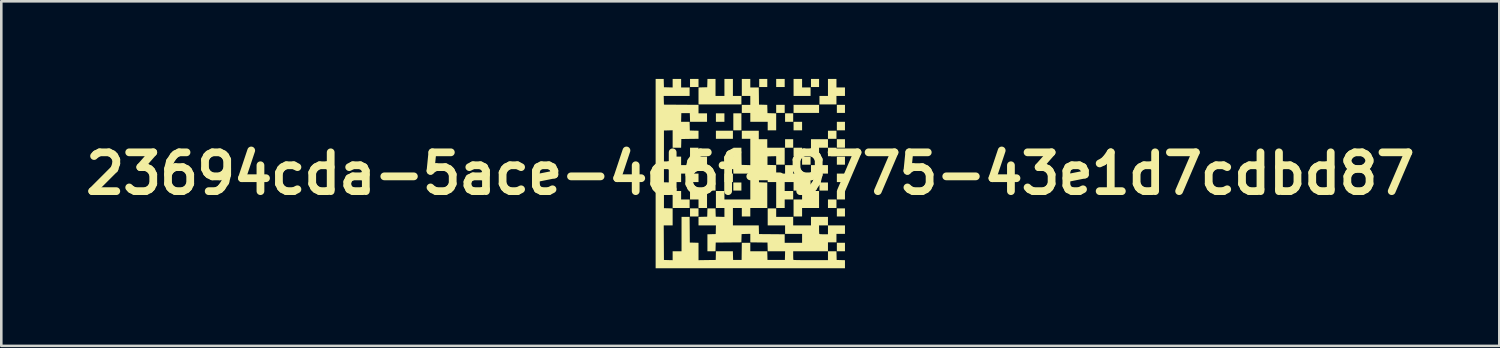
<source format=kicad_pcb>
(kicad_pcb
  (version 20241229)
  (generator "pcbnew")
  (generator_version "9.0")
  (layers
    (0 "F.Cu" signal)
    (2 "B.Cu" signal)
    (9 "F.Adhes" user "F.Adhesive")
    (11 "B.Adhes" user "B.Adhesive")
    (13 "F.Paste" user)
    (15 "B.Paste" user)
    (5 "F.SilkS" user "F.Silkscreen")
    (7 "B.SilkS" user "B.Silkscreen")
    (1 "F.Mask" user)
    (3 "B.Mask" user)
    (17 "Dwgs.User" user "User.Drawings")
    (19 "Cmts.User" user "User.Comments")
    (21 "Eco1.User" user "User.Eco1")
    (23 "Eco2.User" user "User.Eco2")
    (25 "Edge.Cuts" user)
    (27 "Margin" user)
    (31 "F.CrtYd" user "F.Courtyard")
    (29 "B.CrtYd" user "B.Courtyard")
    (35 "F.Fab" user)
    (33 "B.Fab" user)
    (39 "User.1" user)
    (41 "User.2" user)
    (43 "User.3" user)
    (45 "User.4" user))
  (footprint "23694cda-5ace-4d6f-9775-43e1d7cdbd87"
    (layer "F.Cu")
    (at 25.943 3.658)
    (property "Reference" "23694cda-5ace-4d6f-9775-43e1d7cdbd87" (at 0 0 0) (layer "F.SilkS") (effects (font (size 1.5 1.5) (thickness 0.3))))
    (attr board_only exclude_from_pos_files exclude_from_bom)
    (fp_poly (pts (xy -2.001 -3.501) (xy -2.001 -3.345) (xy -2.165 -3.345) (xy -2.329 -3.345) (xy -2.329 -3.501) (xy -2.329 -3.658) (xy -2.165 -3.658) (xy -2.001 -3.658)) (stroke (width 0) (type solid)) (fill yes) (layer "F.SilkS"))
    (fp_poly (pts (xy -2.001 0.164) (xy -2.001 0.328) (xy -2.165 0.328) (xy -2.329 0.328) (xy -2.329 0.164) (xy -2.329 -0.000001) (xy -2.165 -0.000001) (xy -2.001 -0.000001)) (stroke (width 0) (type solid)) (fill yes) (layer "F.SilkS"))
    (fp_poly (pts (xy -2.001 1.501) (xy -2.001 1.657) (xy -2.165 1.657) (xy -2.329 1.657) (xy -2.329 1.501) (xy -2.329 1.344) (xy -2.165 1.344) (xy -2.001 1.344)) (stroke (width 0) (type solid)) (fill yes) (layer "F.SilkS"))
    (fp_poly (pts (xy -1.344 0.328) (xy -1.344 0.656) (xy -1.501 0.656) (xy -1.657 0.656) (xy -1.657 0.328) (xy -1.657 -0.000001) (xy -1.501 -0.000001) (xy -1.344 -0.000001)) (stroke (width 0) (type solid)) (fill yes) (layer "F.SilkS"))
    (fp_poly (pts (xy -1 -2.165) (xy -1 -2.001) (xy -1.164 -2.001) (xy -1.329 -2.001) (xy -1.329 -2.165) (xy -1.329 -2.329) (xy -1.164 -2.329) (xy -1 -2.329)) (stroke (width 0) (type solid)) (fill yes) (layer "F.SilkS"))
    (fp_poly (pts (xy -0.672 -1.501) (xy -0.672 -1.344) (xy -1 -1.344) (xy -1.329 -1.344) (xy -1.329 -1.501) (xy -1.329 -1.657) (xy -1 -1.657) (xy -0.672 -1.657)) (stroke (width 0) (type solid)) (fill yes) (layer "F.SilkS"))
    (fp_poly (pts (xy -0.672 0.164) (xy -0.672 0.328) (xy -0.836 0.328) (xy -1 0.328) (xy -1 0.164) (xy -1 -0.000001) (xy -0.836 -0.000001) (xy -0.672 -0.000001)) (stroke (width 0) (type solid)) (fill yes) (layer "F.SilkS"))
    (fp_poly (pts (xy -0.344 -2.001) (xy -0.344 -1.672) (xy -0.5 -1.672) (xy -0.656 -1.672) (xy -0.656 -2.001) (xy -0.656 -2.329) (xy -0.5 -2.329) (xy -0.344 -2.329)) (stroke (width 0) (type solid)) (fill yes) (layer "F.SilkS"))
    (fp_poly (pts (xy -0.344 0.5) (xy -0.344 0.656) (xy -0.5 0.656) (xy -0.656 0.656) (xy -0.656 0.5) (xy -0.656 0.344) (xy -0.5 0.344) (xy -0.344 0.344)) (stroke (width 0) (type solid)) (fill yes) (layer "F.SilkS"))
    (fp_poly (pts (xy 0.656 -3.501) (xy 0.656 -3.345) (xy 0.5 -3.345) (xy 0.344 -3.345) (xy 0.344 -3.501) (xy 0.344 -3.658) (xy 0.5 -3.658) (xy 0.656 -3.658)) (stroke (width 0) (type solid)) (fill yes) (layer "F.SilkS"))
    (fp_poly (pts (xy 1.329 -3.501) (xy 1.329 -3.345) (xy 1.164 -3.345) (xy 1 -3.345) (xy 1 -3.501) (xy 1 -3.658) (xy 1.164 -3.658) (xy 1.329 -3.658)) (stroke (width 0) (type solid)) (fill yes) (layer "F.SilkS"))
    (fp_poly (pts (xy 1.329 -2.501) (xy 1.329 -2.345) (xy 1.164 -2.345) (xy 1 -2.345) (xy 1 -2.501) (xy 1 -2.657) (xy 1.164 -2.657) (xy 1.329 -2.657)) (stroke (width 0) (type solid)) (fill yes) (layer "F.SilkS"))
    (fp_poly (pts (xy 1.657 -2.165) (xy 1.657 -2.001) (xy 1.501 -2.001) (xy 1.344 -2.001) (xy 1.344 -2.165) (xy 1.344 -2.329) (xy 1.501 -2.329) (xy 1.657 -2.329)) (stroke (width 0) (type solid)) (fill yes) (layer "F.SilkS"))
    (fp_poly (pts (xy 1.657 -1.164) (xy 1.657 -1) (xy 1.501 -1) (xy 1.344 -1) (xy 1.344 -1.164) (xy 1.344 -1.329) (xy 1.501 -1.329) (xy 1.657 -1.329)) (stroke (width 0) (type solid)) (fill yes) (layer "F.SilkS"))
    (fp_poly (pts (xy 2.001 -1.837) (xy 2.001 -1.672) (xy 1.837 -1.672) (xy 1.672 -1.672) (xy 1.672 -1.837) (xy 1.672 -2.001) (xy 1.837 -2.001) (xy 2.001 -2.001)) (stroke (width 0) (type solid)) (fill yes) (layer "F.SilkS"))
    (fp_poly (pts (xy 2.001 -0.836) (xy 2.001 -0.672) (xy 1.837 -0.672) (xy 1.672 -0.672) (xy 1.672 -0.836) (xy 1.672 -1) (xy 1.837 -1) (xy 2.001 -1)) (stroke (width 0) (type solid)) (fill yes) (layer "F.SilkS"))
    (fp_poly (pts (xy 2.329 -0.5) (xy 2.329 -0.344) (xy 2.165 -0.344) (xy 2.001 -0.344) (xy 2.001 -0.5) (xy 2.001 -0.656) (xy 2.165 -0.656) (xy 2.329 -0.656)) (stroke (width 0) (type solid)) (fill yes) (layer "F.SilkS"))
    (fp_poly (pts (xy 2.657 -3.501) (xy 2.657 -3.345) (xy 2.501 -3.345) (xy 2.345 -3.345) (xy 2.345 -3.501) (xy 2.345 -3.658) (xy 2.501 -3.658) (xy 2.657 -3.658)) (stroke (width 0) (type solid)) (fill yes) (layer "F.SilkS"))
    (fp_poly (pts (xy 2.657 -2.501) (xy 2.657 -2.345) (xy 2.165 -2.345) (xy 1.672 -2.345) (xy 1.672 -2.501) (xy 1.672 -2.657) (xy 2.165 -2.657) (xy 2.657 -2.657)) (stroke (width 0) (type solid)) (fill yes) (layer "F.SilkS"))
    (fp_poly (pts (xy 3.001 -0.164) (xy 3.001 -0.000001) (xy 2.673 -0.000001) (xy 2.345 -0.000001) (xy 2.345 -0.164) (xy 2.345 -0.328) (xy 2.673 -0.328) (xy 3.001 -0.328)) (stroke (width 0) (type solid)) (fill yes) (layer "F.SilkS"))
    (fp_poly (pts (xy 3.001 0.5) (xy 3.001 0.656) (xy 2.837 0.656) (xy 2.673 0.656) (xy 2.673 0.5) (xy 2.673 0.344) (xy 2.837 0.344) (xy 3.001 0.344)) (stroke (width 0) (type solid)) (fill yes) (layer "F.SilkS"))
    (fp_poly (pts (xy 3.329 -1.501) (xy 3.329 -1.344) (xy 3.165 -1.344) (xy 3.001 -1.344) (xy 3.001 -1.501) (xy 3.001 -1.657) (xy 3.165 -1.657) (xy 3.329 -1.657)) (stroke (width 0) (type solid)) (fill yes) (layer "F.SilkS"))
    (fp_poly (pts (xy 3.329 -0.836) (xy 3.329 -0.672) (xy 3.165 -0.672) (xy 3.001 -0.672) (xy 3.001 -0.836) (xy 3.001 -1) (xy 3.165 -1) (xy 3.329 -1)) (stroke (width 0) (type solid)) (fill yes) (layer "F.SilkS"))
    (fp_poly (pts (xy 3.329 1.164) (xy 3.329 1.329) (xy 3.165 1.329) (xy 3.001 1.329) (xy 3.001 1.164) (xy 3.001 1) (xy 3.165 1) (xy 3.329 1)) (stroke (width 0) (type solid)) (fill yes) (layer "F.SilkS"))
    (fp_poly (pts (xy 3.658 -2.501) (xy 3.658 -2.345) (xy 3.501 -2.345) (xy 3.345 -2.345) (xy 3.345 -2.501) (xy 3.345 -2.657) (xy 3.501 -2.657) (xy 3.658 -2.657)) (stroke (width 0) (type solid)) (fill yes) (layer "F.SilkS"))
    (fp_poly (pts (xy 3.658 -1.837) (xy 3.658 -1.672) (xy 3.501 -1.672) (xy 3.345 -1.672) (xy 3.345 -1.837) (xy 3.345 -2.001) (xy 3.501 -2.001) (xy 3.658 -2.001)) (stroke (width 0) (type solid)) (fill yes) (layer "F.SilkS"))
    (fp_poly (pts (xy 3.658 -1.164) (xy 3.658 -1) (xy 3.501 -1) (xy 3.345 -1) (xy 3.345 -1.164) (xy 3.345 -1.329) (xy 3.501 -1.329) (xy 3.658 -1.329)) (stroke (width 0) (type solid)) (fill yes) (layer "F.SilkS"))
    (fp_poly (pts (xy 3.658 -0.5) (xy 3.658 -0.344) (xy 3.501 -0.344) (xy 3.345 -0.344) (xy 3.345 -0.5) (xy 3.345 -0.656) (xy 3.501 -0.656) (xy 3.658 -0.656)) (stroke (width 0) (type solid)) (fill yes) (layer "F.SilkS"))
    (fp_poly (pts (xy 3.658 0.164) (xy 3.658 0.328) (xy 3.501 0.328) (xy 3.345 0.328) (xy 3.345 0.164) (xy 3.345 -0.000001) (xy 3.501 -0.000001) (xy 3.658 -0.000001)) (stroke (width 0) (type solid)) (fill yes) (layer "F.SilkS"))
    (fp_poly (pts (xy 3.658 0.836) (xy 3.658 1) (xy 3.501 1) (xy 3.345 1) (xy 3.345 0.836) (xy 3.345 0.672) (xy 3.501 0.672) (xy 3.658 0.672)) (stroke (width 0) (type solid)) (fill yes) (layer "F.SilkS"))
    (fp_poly (pts (xy 3.658 1.501) (xy 3.658 1.657) (xy 3.501 1.657) (xy 3.345 1.657) (xy 3.345 1.501) (xy 3.345 1.344) (xy 3.501 1.344) (xy 3.658 1.344)) (stroke (width 0) (type solid)) (fill yes) (layer "F.SilkS"))
    (fp_poly (pts (xy 3.658 2.837) (xy 3.658 3.001) (xy 3.501 3.001) (xy 3.345 3.001) (xy 3.345 2.837) (xy 3.345 2.673) (xy 3.501 2.673) (xy 3.658 2.673)) (stroke (width 0) (type solid)) (fill yes) (layer "F.SilkS"))
    (fp_poly (pts (xy -2.673 0.836) (xy -2.673 1) (xy -2.509 1) (xy -2.345 1) (xy -2.345 1.164) (xy -2.345 1.329) (xy -2.673 1.329) (xy -3.001 1.329) (xy -3.001 1) (xy -3.001 0.672) (xy -2.837 0.672) (xy -2.673 0.672)) (stroke (width 0) (type solid)) (fill yes) (layer "F.SilkS"))
    (fp_poly (pts (xy -2.001 -0.828) (xy -2.001 -0.656) (xy -1.837 -0.656) (xy -1.672 -0.656) (xy -1.672 -0.5) (xy -1.672 -0.344) (xy -2.001 -0.344) (xy -2.329 -0.344) (xy -2.329 -0.672) (xy -2.329 -1) (xy -2.165 -1) (xy -2.001 -1)) (stroke (width 0) (type solid)) (fill yes) (layer "F.SilkS"))
    (fp_poly (pts (xy -1.672 1) (xy -1.672 1.329) (xy -1.837 1.329) (xy -2.001 1.329) (xy -2.001 1.164) (xy -2.001 1) (xy -2.165 1) (xy -2.329 1) (xy -2.329 0.836) (xy -2.329 0.672) (xy -2.001 0.672) (xy -1.672 0.672)) (stroke (width 0) (type solid)) (fill yes) (layer "F.SilkS"))
    (fp_poly (pts (xy 2.001 -3.493) (xy 2.001 -3.329) (xy 2.165 -3.329) (xy 2.329 -3.329) (xy 2.329 -3.165) (xy 2.329 -3.001) (xy 2.001 -3.001) (xy 1.672 -3.001) (xy 1.672 -3.329) (xy 1.672 -3.658) (xy 1.837 -3.658) (xy 2.001 -3.658)) (stroke (width 0) (type solid)) (fill yes) (layer "F.SilkS"))
    (fp_poly (pts (xy 3.001 -1.164) (xy 3.001 -1) (xy 2.829 -1) (xy 2.657 -1) (xy 2.657 -0.836) (xy 2.657 -0.672) (xy 2.501 -0.672) (xy 2.345 -0.672) (xy 2.345 -1) (xy 2.345 -1.329) (xy 2.673 -1.329) (xy 3.001 -1.329)) (stroke (width 0) (type solid)) (fill yes) (layer "F.SilkS"))
    (fp_poly (pts (xy -2.673 -0.492) (xy -2.673 -0.328) (xy -2.509 -0.328) (xy -2.345 -0.328) (xy -2.345 -0.164) (xy -2.345 -0.000001) (xy -2.509 -0.000001) (xy -2.673 -0.000001) (xy -2.673 0.164) (xy -2.673 0.328) (xy -2.837 0.328) (xy -3.001 0.328) (xy -3.001 -0.164) (xy -3.001 -0.656) (xy -2.837 -0.656) (xy -2.673 -0.656)) (stroke (width 0) (type solid)) (fill yes) (layer "F.SilkS"))
    (fp_poly (pts (xy 3.329 -3.493) (xy 3.329 -3.329) (xy 3.493 -3.329) (xy 3.658 -3.329) (xy 3.658 -3.165) (xy 3.658 -3.001) (xy 3.493 -3.001) (xy 3.329 -3.001) (xy 3.329 -2.837) (xy 3.329 -2.673) (xy 3.001 -2.673) (xy 2.673 -2.673) (xy 2.673 -2.837) (xy 2.673 -3.001) (xy 2.837 -3.001) (xy 3.001 -3.001) (xy 3.001 -3.329) (xy 3.001 -3.658) (xy 3.165 -3.658) (xy 3.329 -3.658)) (stroke (width 0) (type solid)) (fill yes) (layer "F.SilkS"))
    (fp_poly (pts (xy -1.344 -3.329) (xy -1.344 -3.001) (xy -1.172 -3.001) (xy -1 -3.001) (xy -1 -3.329) (xy -1 -3.658) (xy -0.836 -3.658) (xy -0.672 -3.658) (xy -0.672 -3.329) (xy -0.672 -3.001) (xy -0.508 -3.001) (xy -0.344 -3.001) (xy -0.344 -2.837) (xy -0.344 -2.673) (xy -1.172 -2.673) (xy -2.001 -2.673) (xy -2.001 -3.001) (xy -2.001 -3.328) (xy -1.833 -3.333) (xy -1.665 -3.337) (xy -1.66 -3.497) (xy -1.656 -3.658) (xy -1.5 -3.658) (xy -1.344 -3.658)) (stroke (width 0) (type solid)) (fill yes) (layer "F.SilkS"))
    (fp_poly (pts (xy -0.000001 -3.493) (xy -0.000001 -3.329) (xy 0.164 -3.329) (xy 0.328 -3.329) (xy 0.332 -2.997) (xy 0.336 -2.665) (xy 0.496 -2.661) (xy 0.655 -2.656) (xy 0.66 -2.496) (xy 0.664 -2.337) (xy 0.832 -2.332) (xy 1 -2.328) (xy 1 -2) (xy 1 -1.672) (xy 0.836 -1.672) (xy 0.672 -1.672) (xy 0.672 -1.837) (xy 0.672 -2.001) (xy 0.336 -2.001) (xy -0.000001 -2.001) (xy -0.000001 -2.173) (xy -0.000001 -2.345) (xy -0.164 -2.345) (xy -0.328 -2.345) (xy -0.328 -2.501) (xy -0.328 -2.657) (xy -0.164 -2.657) (xy -0.000001 -2.657) (xy -0.000001 -2.829) (xy -0.000001 -3.001) (xy -0.164 -3.001) (xy -0.328 -3.001) (xy -0.328 -3.329) (xy -0.328 -3.658) (xy -0.164 -3.658) (xy -0.000001 -3.658)) (stroke (width 0) (type solid)) (fill yes) (layer "F.SilkS"))
    (fp_poly (pts (xy -3.342 -3.497) (xy -3.337 -3.337) (xy -3.169 -3.333) (xy -3.001 -3.328) (xy -3.001 -3.493) (xy -3.001 -3.658) (xy -2.837 -3.658) (xy -2.673 -3.658) (xy -2.673 -3.493) (xy -2.673 -3.329) (xy -2.509 -3.329) (xy -2.345 -3.329) (xy -2.345 -3.165) (xy -2.345 -3.001) (xy -2.845 -3.001) (xy -3.346 -3.001) (xy -3.342 -2.833) (xy -3.337 -2.665) (xy -2.669 -2.661) (xy -2.001 -2.657) (xy -2.001 -2.493) (xy -2.001 -2.329) (xy -1.837 -2.329) (xy -1.672 -2.329) (xy -1.672 -2.165) (xy -1.672 -2.001) (xy -2 -2.001) (xy -2.328 -2.001) (xy -2.332 -2.169) (xy -2.337 -2.337) (xy -2.501 -2.337) (xy -2.665 -2.337) (xy -2.669 -2.169) (xy -2.674 -2.001) (xy -2.51 -2.001) (xy -2.346 -2.001) (xy -2.341 -1.833) (xy -2.337 -1.665) (xy -2.169 -1.66) (xy -2.001 -1.656) (xy -2.001 -1.5) (xy -2.001 -1.345) (xy -2.333 -1.341) (xy -2.665 -1.336) (xy -2.669 -1.168) (xy -2.674 -1) (xy -2.838 -1) (xy -3.001 -1) (xy -3.001 -1.337) (xy -3.001 -1.674) (xy -3.169 -1.669) (xy -3.337 -1.665) (xy -3.337 -0.664) (xy -3.337 0.336) (xy -3.169 0.34) (xy -3.001 0.345) (xy -3.001 0.5) (xy -3.001 0.655) (xy -3.169 0.66) (xy -3.337 0.664) (xy -3.337 1) (xy -3.337 1.336) (xy -3.169 1.341) (xy -3.001 1.345) (xy -3.001 1.673) (xy -3.001 2.001) (xy -3.173 2.001) (xy -3.345 2.001) (xy -3.341 2.669) (xy -3.337 3.337) (xy -3.169 3.342) (xy -3.001 3.346) (xy -3.001 3.174) (xy -3.001 3.001) (xy -2.829 3.001) (xy -2.657 3.001) (xy -2.657 2.337) (xy -2.657 1.672) (xy -2.501 1.672) (xy -2.345 1.672) (xy -2.341 2.169) (xy -2.337 2.665) (xy -2.169 2.669) (xy -2.001 2.674) (xy -2.001 3.01) (xy -2.001 3.346) (xy -1.669 3.341) (xy -1.336 3.337) (xy -1.332 3.169) (xy -1.328 3.001) (xy -1 3.001) (xy -0.673 3.001) (xy -0.669 3.169) (xy -0.664 3.337) (xy -0.5 3.337) (xy -0.336 3.337) (xy -0.332 3.005) (xy -0.328 2.673) (xy -0.164 2.673) (xy -0.000001 2.673) (xy -0.000001 2.837) (xy -0.000001 3.001) (xy 0.328 3.001) (xy 0.655 3.001) (xy 0.66 3.169) (xy 0.664 3.337) (xy 1 3.337) (xy 1.336 3.337) (xy 1.341 3.169) (xy 1.345 3.001) (xy 1.009 3.001) (xy 0.673 3.001) (xy 0.669 2.833) (xy 0.664 2.665) (xy 0.332 2.661) (xy -0.000001 2.657) (xy -0.000001 2.492) (xy -0.000001 2.328) (xy -0.168 2.332) (xy -0.336 2.337) (xy -0.341 2.497) (xy -0.345 2.657) (xy -0.841 2.661) (xy -1.336 2.665) (xy -1.341 2.833) (xy -1.345 3.001) (xy -1.501 3.001) (xy -1.657 3.001) (xy -1.657 2.673) (xy -1.657 2.346) (xy -1.497 2.341) (xy -1.336 2.337) (xy -1.332 2.169) (xy -1.328 2.001) (xy -1.664 2.001) (xy -2.001 2.001) (xy -2.001 1.837) (xy -2.001 1.674) (xy -1.833 1.669) (xy -1.665 1.665) (xy -1.66 1.504) (xy -1.656 1.344) (xy -1.501 1.344) (xy -1.345 1.344) (xy -1.341 1.504) (xy -1.336 1.665) (xy -1.168 1.669) (xy -1 1.674) (xy -1 1.501) (xy -1 1.329) (xy -1.164 1.329) (xy -1.329 1.329) (xy -1.329 1) (xy -1.329 0.672) (xy -1.164 0.672) (xy -1 0.672) (xy -1 0.836) (xy -1 1) (xy -0.5 1) (xy -0.000001 1) (xy -0.000001 0.5) (xy -0.000001 -0.000001) (xy -0.328 -0.000001) (xy -0.655 -0.000001) (xy -0.66 -0.168) (xy -0.664 -0.336) (xy -0.832 -0.34) (xy -1 -0.345) (xy -1 -0.5) (xy -1 -0.655) (xy -0.832 -0.66) (xy -0.664 -0.664) (xy -0.66 -0.832) (xy -0.655 -1) (xy -0.5 -1) (xy -0.344 -1) (xy -0.34 -0.668) (xy -0.336 -0.336) (xy -0.168 -0.332) (xy -0.000001 -0.327) (xy -0.000001 -0.836) (xy -0.000001 -1.344) (xy -0.164 -1.344) (xy -0.328 -1.344) (xy -0.328 -1.501) (xy -0.328 -1.657) (xy -0.000001 -1.657) (xy 0.328 -1.657) (xy 0.328 -1.493) (xy 0.328 -1.329) (xy 0.492 -1.329) (xy 0.656 -1.329) (xy 0.656 -1.164) (xy 0.656 -1) (xy 0.993 -1) (xy 1.329 -1) (xy 1.329 -0.672) (xy 1.329 -0.344) (xy 1.164 -0.344) (xy 1 -0.344) (xy 1 -0.509) (xy 1 -0.673) (xy 0.832 -0.669) (xy 0.664 -0.664) (xy 0.664 -0.5) (xy 0.664 -0.336) (xy 0.832 -0.332) (xy 1 -0.327) (xy 1 -0.164) (xy 1 -0.000001) (xy 1.172 -0.000001) (xy 1.344 -0.000001) (xy 1.344 -0.164) (xy 1.344 -0.328) (xy 1.501 -0.328) (xy 1.657 -0.328) (xy 1.657 -0.164) (xy 1.657 -0.000001) (xy 1.993 -0.000001) (xy 2.329 -0.000001) (xy 2.329 0.336) (xy 2.329 0.672) (xy 2.493 0.672) (xy 2.657 0.672) (xy 2.657 1) (xy 2.657 1.329) (xy 2.329 1.329) (xy 2.001 1.329) (xy 2.001 1.493) (xy 2.001 1.657) (xy 1.837 1.657) (xy 1.672 1.657) (xy 1.672 1.329) (xy 1.672 1) (xy 1.837 1) (xy 2.001 1) (xy 2.001 0.828) (xy 2.001 0.656) (xy 1.837 0.656) (xy 1.672 0.656) (xy 1.672 0.492) (xy 1.672 0.328) (xy 1.501 0.328) (xy 1.329 0.328) (xy 1.329 0.5) (xy 1.329 0.672) (xy 1.493 0.672) (xy 1.657 0.672) (xy 1.657 0.836) (xy 1.657 1) (xy 1.493 1) (xy 1.329 1) (xy 1.329 1.164) (xy 1.329 1.329) (xy 1.164 1.329) (xy 1 1.329) (xy 1 0.828) (xy 1 0.328) (xy 0.836 0.328) (xy 0.672 0.328) (xy 0.672 0.164) (xy 0.672 -0.000001) (xy 0.5 -0.000001) (xy 0.327 -0.000001) (xy 0.332 0.168) (xy 0.336 0.336) (xy 0.496 0.341) (xy 0.656 0.345) (xy 0.656 0.837) (xy 0.656 1.329) (xy 0.328 1.329) (xy -0.000001 1.329) (xy -0.000001 1.493) (xy -0.000001 1.657) (xy -0.164 1.657) (xy -0.328 1.657) (xy -0.328 1.493) (xy -0.328 1.329) (xy -0.5 1.329) (xy -0.672 1.329) (xy -0.672 1.665) (xy -0.672 2.001) (xy -0.172 2.001) (xy 0.327 2.001) (xy 0.332 2.169) (xy 0.336 2.337) (xy 0.832 2.341) (xy 1.329 2.345) (xy 1.329 2.509) (xy 1.329 2.673) (xy 1.665 2.673) (xy 2.001 2.673) (xy 2.001 2.501) (xy 2.001 2.329) (xy 1.672 2.329) (xy 1.344 2.329) (xy 1.344 2.165) (xy 1.344 2.001) (xy 1.008 2.001) (xy 0.672 2.001) (xy 0.672 1.672) (xy 0.672 1.344) (xy 0.836 1.344) (xy 1 1.344) (xy 1 1.508) (xy 1 1.672) (xy 1.329 1.672) (xy 1.657 1.672) (xy 1.657 1.837) (xy 1.657 2.001) (xy 2.001 2.001) (xy 2.345 2.001) (xy 2.345 1.837) (xy 2.345 1.672) (xy 2.673 1.672) (xy 3.001 1.672) (xy 3.001 1.837) (xy 3.001 2.001) (xy 2.829 2.001) (xy 2.657 2.001) (xy 2.657 2.162) (xy 2.658 2.23) (xy 2.661 2.287) (xy 2.665 2.323) (xy 2.668 2.334) (xy 2.687 2.339) (xy 2.73 2.342) (xy 2.79 2.344) (xy 2.84 2.345) (xy 3.001 2.345) (xy 3.001 2.173) (xy 3.001 2.001) (xy 3.329 2.001) (xy 3.658 2.001) (xy 3.658 2.165) (xy 3.658 2.329) (xy 3.493 2.329) (xy 3.329 2.329) (xy 3.329 2.493) (xy 3.329 2.657) (xy 3.165 2.657) (xy 3.001 2.657) (xy 3.001 2.829) (xy 3.001 3.001) (xy 2.329 3.001) (xy 1.657 3.001) (xy 1.657 3.163) (xy 1.658 3.231) (xy 1.66 3.287) (xy 1.664 3.324) (xy 1.667 3.335) (xy 1.685 3.337) (xy 1.73 3.339) (xy 1.8 3.341) (xy 1.891 3.342) (xy 2.001 3.344) (xy 2.125 3.344) (xy 2.261 3.345) (xy 2.339 3.345) (xy 3.001 3.345) (xy 3.001 3.173) (xy 3.001 3.001) (xy 3.165 3.001) (xy 3.328 3.001) (xy 3.333 3.169) (xy 3.337 3.337) (xy 3.497 3.342) (xy 3.658 3.346) (xy 3.658 3.502) (xy 3.658 3.658) (xy -0.000001 3.658) (xy -3.658 3.658) (xy -3.658 -0.000001) (xy -3.658 -3.658) (xy -3.502 -3.658) (xy -3.346 -3.658)) (stroke (width 0) (type solid)) (fill yes) (layer "F.SilkS")))
  (gr_rect
    (start -3 -3)
    (end 54.886 10.315)
    (stroke (width 0.1) (type default))
    (fill no)
    (layer "Edge.Cuts")))
</source>
